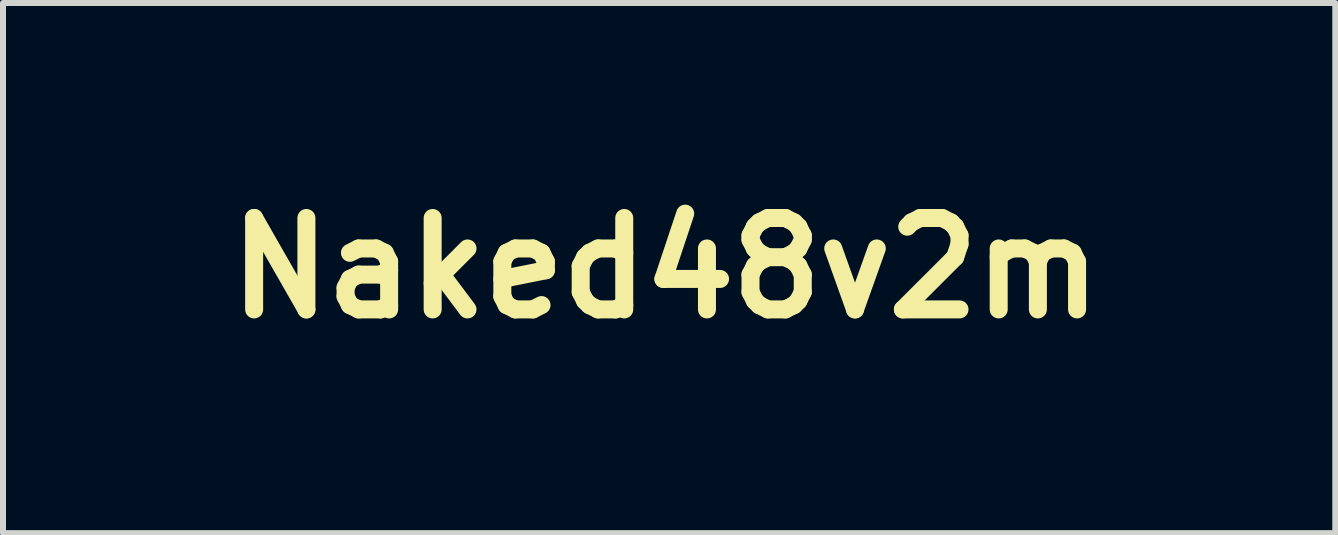
<source format=kicad_pcb>
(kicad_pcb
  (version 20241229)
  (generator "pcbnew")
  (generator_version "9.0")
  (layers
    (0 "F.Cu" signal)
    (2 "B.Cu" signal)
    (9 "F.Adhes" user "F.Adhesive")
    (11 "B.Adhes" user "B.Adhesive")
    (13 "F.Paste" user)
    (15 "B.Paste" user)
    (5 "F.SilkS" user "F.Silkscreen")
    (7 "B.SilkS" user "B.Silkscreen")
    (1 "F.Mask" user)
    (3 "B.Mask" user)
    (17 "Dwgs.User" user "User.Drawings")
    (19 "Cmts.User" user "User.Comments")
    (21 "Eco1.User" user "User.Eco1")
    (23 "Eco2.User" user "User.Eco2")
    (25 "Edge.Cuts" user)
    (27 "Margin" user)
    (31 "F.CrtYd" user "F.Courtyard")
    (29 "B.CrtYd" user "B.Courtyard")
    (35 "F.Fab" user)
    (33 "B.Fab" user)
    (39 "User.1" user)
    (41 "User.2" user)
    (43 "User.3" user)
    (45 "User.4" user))
  (footprint "Naked48v2m"
    (layer "F.Cu")
    (at 8.044 1.418)
    (property "Reference" "Naked48v2m" (at 0 0 0) (layer "F.SilkS") (effects (font (size 1.524 1.524) (thickness 0.3))))
    (attr through_hole)
    (fp_poly (pts (xy 6.226 0.384) (xy 6.318 0.459) (xy 6.353 0.513) (xy 6.365 0.579) (xy 6.318 0.649) (xy 6.315 0.652) (xy 6.216 0.717) (xy 6.126 0.711) (xy 6.052 0.635) (xy 6.043 0.619) (xy 6.007 0.504) (xy 6.034 0.422) (xy 6.119 0.377) (xy 6.226 0.384)) (stroke (width 0.01) (type solid)) (fill yes) (layer "F.Mask"))
    (fp_poly (pts (xy 3.958 -0.403) (xy 4.01 -0.316) (xy 4.028 -0.202) (xy 4.033 -0.134) (xy 4.058 -0.115) (xy 4.115 -0.148) (xy 4.182 -0.201) (xy 4.288 -0.267) (xy 4.379 -0.283) (xy 4.454 -0.257) (xy 4.461 -0.214) (xy 4.399 -0.163) (xy 4.387 -0.157) (xy 4.305 -0.102) (xy 4.212 -0.022) (xy 4.193 -0.002) (xy 4.135 0.068) (xy 4.099 0.144) (xy 4.078 0.249) (xy 4.066 0.372) (xy 4.051 0.516) (xy 4.031 0.601) (xy 4.002 0.64) (xy 3.987 0.645) (xy 3.926 0.626) (xy 3.9 0.591) (xy 3.889 0.526) (xy 3.881 0.41) (xy 3.88 0.265) (xy 3.881 0.214) (xy 3.877 -0.002) (xy 3.855 -0.161) (xy 3.831 -0.234) (xy 3.795 -0.347) (xy 3.804 -0.411) (xy 3.862 -0.435) (xy 3.883 -0.435) (xy 3.958 -0.403)) (stroke (width 0.01) (type solid)) (fill yes) (layer "F.Mask"))
    (fp_poly (pts (xy 2.027 -0.385) (xy 2.044 -0.372) (xy 2.041 -0.328) (xy 2.023 -0.231) (xy 1.994 -0.096) (xy 1.957 0.061) (xy 1.917 0.224) (xy 1.876 0.377) (xy 1.841 0.503) (xy 1.813 0.586) (xy 1.803 0.608) (xy 1.756 0.649) (xy 1.695 0.631) (xy 1.663 0.608) (xy 1.626 0.555) (xy 1.575 0.451) (xy 1.519 0.315) (xy 1.492 0.243) (xy 1.435 0.088) (xy 1.38 -0.054) (xy 1.335 -0.159) (xy 1.322 -0.186) (xy 1.283 -0.298) (xy 1.3 -0.369) (xy 1.372 -0.394) (xy 1.405 -0.393) (xy 1.456 -0.381) (xy 1.493 -0.35) (xy 1.527 -0.287) (xy 1.565 -0.176) (xy 1.593 -0.082) (xy 1.635 0.053) (xy 1.673 0.157) (xy 1.699 0.212) (xy 1.705 0.218) (xy 1.721 0.185) (xy 1.743 0.097) (xy 1.767 -0.028) (xy 1.772 -0.058) (xy 1.795 -0.194) (xy 1.816 -0.302) (xy 1.833 -0.362) (xy 1.835 -0.366) (xy 1.883 -0.392) (xy 1.961 -0.398) (xy 2.027 -0.385)) (stroke (width 0.01) (type solid)) (fill yes) (layer "F.Mask"))
    (fp_poly (pts (xy -3.9 -0.254) (xy -3.783 -0.19) (xy -3.717 -0.112) (xy -3.708 -0.05) (xy -3.75 0.011) (xy -3.839 0.072) (xy -3.949 0.121) (xy -4.057 0.145) (xy -4.073 0.145) (xy -4.141 0.154) (xy -4.169 0.195) (xy -4.173 0.265) (xy -4.151 0.391) (xy -4.091 0.458) (xy -3.999 0.464) (xy -3.884 0.405) (xy -3.853 0.381) (xy -3.761 0.319) (xy -3.683 0.291) (xy -3.635 0.303) (xy -3.629 0.325) (xy -3.661 0.435) (xy -3.748 0.535) (xy -3.852 0.597) (xy -3.966 0.638) (xy -4.048 0.648) (xy -4.131 0.627) (xy -4.192 0.602) (xy -4.294 0.53) (xy -4.358 0.414) (xy -4.388 0.245) (xy -4.391 0.147) (xy -4.385 0.017) (xy -4.378 -0.014) (xy -4.15 -0.014) (xy -4.113 0.001) (xy -4.036 -0.03) (xy -4.032 -0.033) (xy -4.001 -0.08) (xy -4.007 -0.105) (xy -4.057 -0.143) (xy -4.111 -0.111) (xy -4.137 -0.073) (xy -4.15 -0.014) (xy -4.378 -0.014) (xy -4.364 -0.07) (xy -4.316 -0.144) (xy -4.285 -0.178) (xy -4.171 -0.265) (xy -4.045 -0.289) (xy -3.9 -0.254)) (stroke (width 0.01) (type solid)) (fill yes) (layer "F.Mask"))
    (fp_poly (pts (xy 3.03 -0.254) (xy 3.147 -0.19) (xy 3.214 -0.112) (xy 3.223 -0.05) (xy 3.181 0.011) (xy 3.092 0.072) (xy 2.981 0.121) (xy 2.874 0.145) (xy 2.858 0.145) (xy 2.789 0.154) (xy 2.762 0.195) (xy 2.758 0.265) (xy 2.78 0.391) (xy 2.84 0.458) (xy 2.932 0.464) (xy 3.047 0.405) (xy 3.078 0.381) (xy 3.169 0.319) (xy 3.248 0.291) (xy 3.295 0.303) (xy 3.302 0.325) (xy 3.269 0.435) (xy 3.183 0.535) (xy 3.079 0.597) (xy 2.964 0.638) (xy 2.883 0.648) (xy 2.799 0.627) (xy 2.739 0.602) (xy 2.636 0.53) (xy 2.572 0.414) (xy 2.543 0.245) (xy 2.54 0.147) (xy 2.545 0.017) (xy 2.553 -0.014) (xy 2.781 -0.014) (xy 2.818 0.001) (xy 2.894 -0.03) (xy 2.898 -0.033) (xy 2.929 -0.08) (xy 2.924 -0.105) (xy 2.874 -0.143) (xy 2.819 -0.111) (xy 2.794 -0.073) (xy 2.781 -0.014) (xy 2.553 -0.014) (xy 2.567 -0.07) (xy 2.615 -0.144) (xy 2.645 -0.178) (xy 2.759 -0.265) (xy 2.886 -0.289) (xy 3.03 -0.254)) (stroke (width 0.01) (type solid)) (fill yes) (layer "F.Mask"))
    (fp_poly (pts (xy -6.255 -0.41) (xy -6.24 -0.369) (xy -6.232 -0.267) (xy -6.232 -0.116) (xy -6.235 -0.055) (xy -6.241 0.151) (xy -6.235 0.297) (xy -6.215 0.398) (xy -6.177 0.466) (xy -6.118 0.514) (xy -6.093 0.528) (xy -6.022 0.573) (xy -6.009 0.611) (xy -6.025 0.637) (xy -6.104 0.685) (xy -6.199 0.666) (xy -6.281 0.602) (xy -6.341 0.545) (xy -6.384 0.537) (xy -6.442 0.575) (xy -6.453 0.584) (xy -6.574 0.647) (xy -6.68 0.643) (xy -6.766 0.573) (xy -6.825 0.444) (xy -6.845 0.338) (xy -6.846 0.281) (xy -6.676 0.281) (xy -6.668 0.39) (xy -6.64 0.429) (xy -6.588 0.401) (xy -6.534 0.34) (xy -6.485 0.253) (xy -6.463 0.138) (xy -6.459 0.031) (xy -6.465 -0.089) (xy -6.481 -0.164) (xy -6.497 -0.181) (xy -6.54 -0.149) (xy -6.587 -0.066) (xy -6.631 0.047) (xy -6.663 0.17) (xy -6.676 0.281) (xy -6.846 0.281) (xy -6.847 0.176) (xy -6.82 0.004) (xy -6.771 -0.155) (xy -6.706 -0.275) (xy -6.677 -0.308) (xy -6.599 -0.352) (xy -6.484 -0.389) (xy -6.363 -0.412) (xy -6.269 -0.413) (xy -6.255 -0.41)) (stroke (width 0.01) (type solid)) (fill yes) (layer "F.Mask"))
    (fp_poly (pts (xy 5.321 -0.964) (xy 5.444 -0.935) (xy 5.527 -0.872) (xy 5.596 -0.758) (xy 5.599 -0.751) (xy 5.651 -0.586) (xy 5.677 -0.378) (xy 5.68 -0.15) (xy 5.661 0.077) (xy 5.62 0.283) (xy 5.558 0.446) (xy 5.536 0.483) (xy 5.434 0.579) (xy 5.307 0.615) (xy 5.176 0.588) (xy 5.113 0.549) (xy 5.08 0.52) (xy 5.056 0.486) (xy 5.041 0.435) (xy 5.032 0.356) (xy 5.027 0.236) (xy 5.026 0.064) (xy 5.026 -0.005) (xy 5.171 -0.005) (xy 5.173 0.164) (xy 5.18 0.306) (xy 5.195 0.399) (xy 5.198 0.411) (xy 5.245 0.462) (xy 5.311 0.451) (xy 5.385 0.384) (xy 5.419 0.332) (xy 5.464 0.218) (xy 5.497 0.062) (xy 5.517 -0.119) (xy 5.524 -0.305) (xy 5.517 -0.479) (xy 5.496 -0.623) (xy 5.461 -0.719) (xy 5.448 -0.735) (xy 5.394 -0.746) (xy 5.323 -0.706) (xy 5.254 -0.63) (xy 5.217 -0.563) (xy 5.198 -0.482) (xy 5.184 -0.348) (xy 5.175 -0.182) (xy 5.171 -0.005) (xy 5.026 -0.005) (xy 5.026 -0.078) (xy 5.026 -0.296) (xy 5.03 -0.455) (xy 5.038 -0.57) (xy 5.053 -0.657) (xy 5.075 -0.728) (xy 5.107 -0.8) (xy 5.11 -0.807) (xy 5.163 -0.907) (xy 5.207 -0.956) (xy 5.261 -0.969) (xy 5.321 -0.964)) (stroke (width 0.01) (type solid)) (fill yes) (layer "F.Mask"))
    (fp_poly (pts (xy 7.756 -0.912) (xy 7.82 -0.852) (xy 7.874 -0.762) (xy 7.874 -0.761) (xy 7.895 -0.651) (xy 7.894 -0.495) (xy 7.873 -0.313) (xy 7.836 -0.128) (xy 7.786 0.039) (xy 7.748 0.129) (xy 7.701 0.231) (xy 7.699 0.284) (xy 7.75 0.301) (xy 7.848 0.296) (xy 7.944 0.306) (xy 8.043 0.344) (xy 8.122 0.396) (xy 8.157 0.45) (xy 8.157 0.462) (xy 8.142 0.494) (xy 8.103 0.512) (xy 8.024 0.519) (xy 7.892 0.517) (xy 7.853 0.516) (xy 7.68 0.514) (xy 7.551 0.528) (xy 7.442 0.561) (xy 7.4 0.578) (xy 7.274 0.631) (xy 7.197 0.647) (xy 7.153 0.626) (xy 7.128 0.567) (xy 7.127 0.563) (xy 7.119 0.447) (xy 7.162 0.38) (xy 7.231 0.363) (xy 7.321 0.335) (xy 7.429 0.263) (xy 7.535 0.166) (xy 7.618 0.061) (xy 7.652 -0.01) (xy 7.691 -0.168) (xy 7.711 -0.333) (xy 7.715 -0.49) (xy 7.702 -0.624) (xy 7.673 -0.72) (xy 7.629 -0.761) (xy 7.622 -0.762) (xy 7.575 -0.74) (xy 7.499 -0.684) (xy 7.462 -0.653) (xy 7.345 -0.569) (xy 7.261 -0.549) (xy 7.21 -0.593) (xy 7.207 -0.601) (xy 7.216 -0.668) (xy 7.279 -0.743) (xy 7.377 -0.816) (xy 7.493 -0.877) (xy 7.611 -0.917) (xy 7.713 -0.925) (xy 7.756 -0.912)) (stroke (width 0.01) (type solid)) (fill yes) (layer "F.Mask"))
    (fp_poly (pts (xy -2.517 -0.893) (xy -2.486 -0.872) (xy -2.482 -0.822) (xy -2.492 -0.72) (xy -2.512 -0.586) (xy -2.52 -0.541) (xy -2.549 -0.35) (xy -2.569 -0.133) (xy -2.576 0.058) (xy -2.574 0.216) (xy -2.563 0.319) (xy -2.541 0.386) (xy -2.505 0.434) (xy -2.504 0.435) (xy -2.441 0.515) (xy -2.445 0.563) (xy -2.514 0.581) (xy -2.519 0.581) (xy -2.611 0.548) (xy -2.681 0.481) (xy -2.732 0.422) (xy -2.754 0.423) (xy -2.757 0.442) (xy -2.786 0.506) (xy -2.854 0.578) (xy -2.936 0.634) (xy -2.996 0.653) (xy -3.058 0.629) (xy -3.1 0.596) (xy -3.178 0.494) (xy -3.227 0.364) (xy -3.243 0.288) (xy -3.247 0.187) (xy -3.07 0.187) (xy -3.066 0.298) (xy -3.046 0.385) (xy -3.015 0.427) (xy -3.001 0.427) (xy -2.96 0.389) (xy -2.905 0.307) (xy -2.876 0.254) (xy -2.827 0.141) (xy -2.798 0.041) (xy -2.794 0.008) (xy -2.804 -0.05) (xy -2.848 -0.069) (xy -2.911 -0.066) (xy -2.993 -0.047) (xy -3.035 0.003) (xy -3.056 0.073) (xy -3.07 0.187) (xy -3.247 0.187) (xy -3.251 0.102) (xy -3.207 -0.055) (xy -3.119 -0.174) (xy -2.994 -0.242) (xy -2.902 -0.254) (xy -2.805 -0.264) (xy -2.75 -0.305) (xy -2.726 -0.392) (xy -2.721 -0.502) (xy -2.714 -0.635) (xy -2.698 -0.77) (xy -2.698 -0.771) (xy -2.675 -0.863) (xy -2.635 -0.901) (xy -2.592 -0.907) (xy -2.517 -0.893)) (stroke (width 0.01) (type solid)) (fill yes) (layer "F.Mask"))
    (fp_poly (pts (xy -5.507 -0.937) (xy -5.436 -0.891) (xy -5.393 -0.778) (xy -5.376 -0.598) (xy -5.383 -0.39) (xy -5.391 -0.258) (xy -5.393 -0.159) (xy -5.388 -0.111) (xy -5.386 -0.109) (xy -5.353 -0.138) (xy -5.302 -0.212) (xy -5.244 -0.31) (xy -5.192 -0.409) (xy -5.159 -0.489) (xy -5.153 -0.519) (xy -5.138 -0.569) (xy -5.08 -0.57) (xy -5.071 -0.567) (xy -4.997 -0.55) (xy -4.966 -0.545) (xy -4.927 -0.517) (xy -4.93 -0.447) (xy -4.972 -0.35) (xy -5.01 -0.293) (xy -5.071 -0.201) (xy -5.11 -0.13) (xy -5.116 -0.108) (xy -5.099 -0.05) (xy -5.055 0.048) (xy -4.996 0.166) (xy -4.931 0.281) (xy -4.873 0.374) (xy -4.857 0.395) (xy -4.799 0.497) (xy -4.795 0.573) (xy -4.845 0.613) (xy -4.88 0.617) (xy -4.93 0.606) (xy -4.981 0.567) (xy -5.041 0.487) (xy -5.122 0.355) (xy -5.137 0.329) (xy -5.235 0.173) (xy -5.307 0.084) (xy -5.358 0.062) (xy -5.39 0.106) (xy -5.404 0.217) (xy -5.407 0.309) (xy -5.41 0.439) (xy -5.419 0.545) (xy -5.429 0.596) (xy -5.472 0.648) (xy -5.524 0.638) (xy -5.57 0.569) (xy -5.575 0.553) (xy -5.584 0.487) (xy -5.591 0.36) (xy -5.596 0.188) (xy -5.597 -0.017) (xy -5.596 -0.241) (xy -5.596 -0.247) (xy -5.592 -0.489) (xy -5.588 -0.667) (xy -5.582 -0.791) (xy -5.574 -0.871) (xy -5.562 -0.916) (xy -5.545 -0.936) (xy -5.522 -0.939) (xy -5.507 -0.937)) (stroke (width 0.01) (type solid)) (fill yes) (layer "F.Mask"))
    (fp_poly (pts (xy -1.47 -0.898) (xy -1.43 -0.862) (xy -1.408 -0.79) (xy -1.402 -0.668) (xy -1.407 -0.487) (xy -1.408 -0.466) (xy -1.415 -0.301) (xy -1.416 -0.196) (xy -1.409 -0.139) (xy -1.393 -0.118) (xy -1.364 -0.12) (xy -1.352 -0.124) (xy -1.272 -0.129) (xy -1.182 -0.109) (xy -1.111 -0.072) (xy -1.089 -0.036) (xy -1.099 -0.006) (xy -1.142 0.017) (xy -1.231 0.038) (xy -1.315 0.053) (xy -1.451 0.076) (xy -1.452 0.283) (xy -1.456 0.413) (xy -1.466 0.525) (xy -1.474 0.572) (xy -1.516 0.639) (xy -1.575 0.648) (xy -1.62 0.608) (xy -1.633 0.55) (xy -1.639 0.444) (xy -1.638 0.323) (xy -1.628 0.082) (xy -1.817 0.119) (xy -1.931 0.139) (xy -1.997 0.137) (xy -2.038 0.111) (xy -2.056 0.089) (xy -2.088 0.013) (xy -2.087 -0.034) (xy -2.076 -0.094) (xy -2.06 -0.206) (xy -2.043 -0.352) (xy -2.034 -0.432) (xy -2.011 -0.621) (xy -1.986 -0.745) (xy -1.955 -0.81) (xy -1.915 -0.824) (xy -1.867 -0.797) (xy -1.835 -0.756) (xy -1.822 -0.691) (xy -1.824 -0.583) (xy -1.831 -0.51) (xy -1.847 -0.365) (xy -1.863 -0.231) (xy -1.875 -0.154) (xy -1.883 -0.074) (xy -1.86 -0.042) (xy -1.809 -0.037) (xy -1.724 -0.048) (xy -1.683 -0.064) (xy -1.664 -0.11) (xy -1.644 -0.212) (xy -1.626 -0.357) (xy -1.611 -0.528) (xy -1.601 -0.71) (xy -1.598 -0.826) (xy -1.574 -0.893) (xy -1.531 -0.907) (xy -1.47 -0.898)) (stroke (width 0.01) (type solid)) (fill yes) (layer "F.Mask"))
    (fp_poly (pts (xy -7.198 -0.919) (xy -7.18 -0.815) (xy -7.181 -0.646) (xy -7.181 -0.643) (xy -7.188 -0.503) (xy -7.197 -0.315) (xy -7.207 -0.104) (xy -7.216 0.107) (xy -7.217 0.109) (xy -7.226 0.306) (xy -7.236 0.443) (xy -7.247 0.53) (xy -7.263 0.579) (xy -7.285 0.602) (xy -7.313 0.609) (xy -7.39 0.592) (xy -7.465 0.536) (xy -7.517 0.451) (xy -7.572 0.309) (xy -7.625 0.122) (xy -7.626 0.118) (xy -7.663 -0.023) (xy -7.697 -0.128) (xy -7.722 -0.185) (xy -7.732 -0.19) (xy -7.746 -0.144) (xy -7.76 -0.044) (xy -7.774 0.091) (xy -7.777 0.135) (xy -7.801 0.348) (xy -7.839 0.494) (xy -7.889 0.573) (xy -7.95 0.583) (xy -8.018 0.527) (xy -8.039 0.482) (xy -8.038 0.409) (xy -8.015 0.291) (xy -8 0.228) (xy -7.97 0.087) (xy -7.955 -0.054) (xy -7.953 -0.221) (xy -7.961 -0.42) (xy -7.971 -0.597) (xy -7.973 -0.717) (xy -7.967 -0.794) (xy -7.951 -0.842) (xy -7.923 -0.877) (xy -7.914 -0.886) (xy -7.822 -0.93) (xy -7.73 -0.907) (xy -7.653 -0.822) (xy -7.644 -0.805) (xy -7.614 -0.725) (xy -7.578 -0.597) (xy -7.542 -0.444) (xy -7.531 -0.39) (xy -7.498 -0.249) (xy -7.467 -0.141) (xy -7.441 -0.08) (xy -7.433 -0.073) (xy -7.419 -0.106) (xy -7.41 -0.197) (xy -7.406 -0.329) (xy -7.406 -0.426) (xy -7.407 -0.634) (xy -7.398 -0.781) (xy -7.378 -0.877) (xy -7.344 -0.934) (xy -7.304 -0.959) (xy -7.239 -0.965) (xy -7.198 -0.919)) (stroke (width 0.01) (type solid)) (fill yes) (layer "F.Mask"))
    (fp_poly (pts (xy -0.402 -0.993) (xy -0.399 -0.982) (xy -0.369 -0.945) (xy -0.325 -0.925) (xy -0.216 -0.859) (xy -0.136 -0.755) (xy -0.109 -0.648) (xy -0.136 -0.546) (xy -0.209 -0.433) (xy -0.218 -0.423) (xy -0.327 -0.299) (xy -0.227 -0.234) (xy -0.106 -0.135) (xy -0.04 -0.023) (xy -0.023 0.042) (xy -0.018 0.223) (xy -0.07 0.394) (xy -0.153 0.51) (xy -0.237 0.58) (xy -0.325 0.609) (xy -0.429 0.614) (xy -0.561 0.604) (xy -0.683 0.585) (xy -0.712 0.577) (xy -0.821 0.535) (xy -0.881 0.475) (xy -0.897 0.392) (xy -0.747 0.392) (xy -0.738 0.411) (xy -0.684 0.426) (xy -0.587 0.427) (xy -0.476 0.416) (xy -0.379 0.395) (xy -0.336 0.377) (xy -0.277 0.317) (xy -0.255 0.222) (xy -0.254 0.184) (xy -0.263 0.044) (xy -0.297 -0.046) (xy -0.365 -0.108) (xy -0.399 -0.127) (xy -0.474 -0.159) (xy -0.521 -0.148) (xy -0.553 -0.117) (xy -0.611 -0.031) (xy -0.667 0.084) (xy -0.713 0.206) (xy -0.742 0.316) (xy -0.747 0.392) (xy -0.897 0.392) (xy -0.899 0.383) (xy -0.881 0.241) (xy -0.875 0.207) (xy -0.841 0.07) (xy -0.803 -0.052) (xy -0.777 -0.115) (xy -0.746 -0.187) (xy -0.759 -0.228) (xy -0.807 -0.258) (xy -0.897 -0.321) (xy -0.936 -0.404) (xy -0.941 -0.459) (xy -0.752 -0.459) (xy -0.699 -0.402) (xy -0.631 -0.379) (xy -0.559 -0.396) (xy -0.461 -0.46) (xy -0.434 -0.481) (xy -0.339 -0.571) (xy -0.308 -0.644) (xy -0.338 -0.71) (xy -0.366 -0.735) (xy -0.468 -0.78) (xy -0.575 -0.753) (xy -0.68 -0.659) (xy -0.749 -0.548) (xy -0.752 -0.459) (xy -0.941 -0.459) (xy -0.943 -0.489) (xy -0.919 -0.592) (xy -0.856 -0.719) (xy -0.772 -0.843) (xy -0.681 -0.94) (xy -0.626 -0.977) (xy -0.529 -1.008) (xy -0.447 -1.014) (xy -0.402 -0.993)) (stroke (width 0.01) (type solid)) (fill yes) (layer "F.Mask")))
  (gr_rect
    (start -3 -3)
    (end 19.206 5.836)
    (stroke (width 0.1) (type default))
    (fill no)
    (layer "Edge.Cuts")))
</source>
